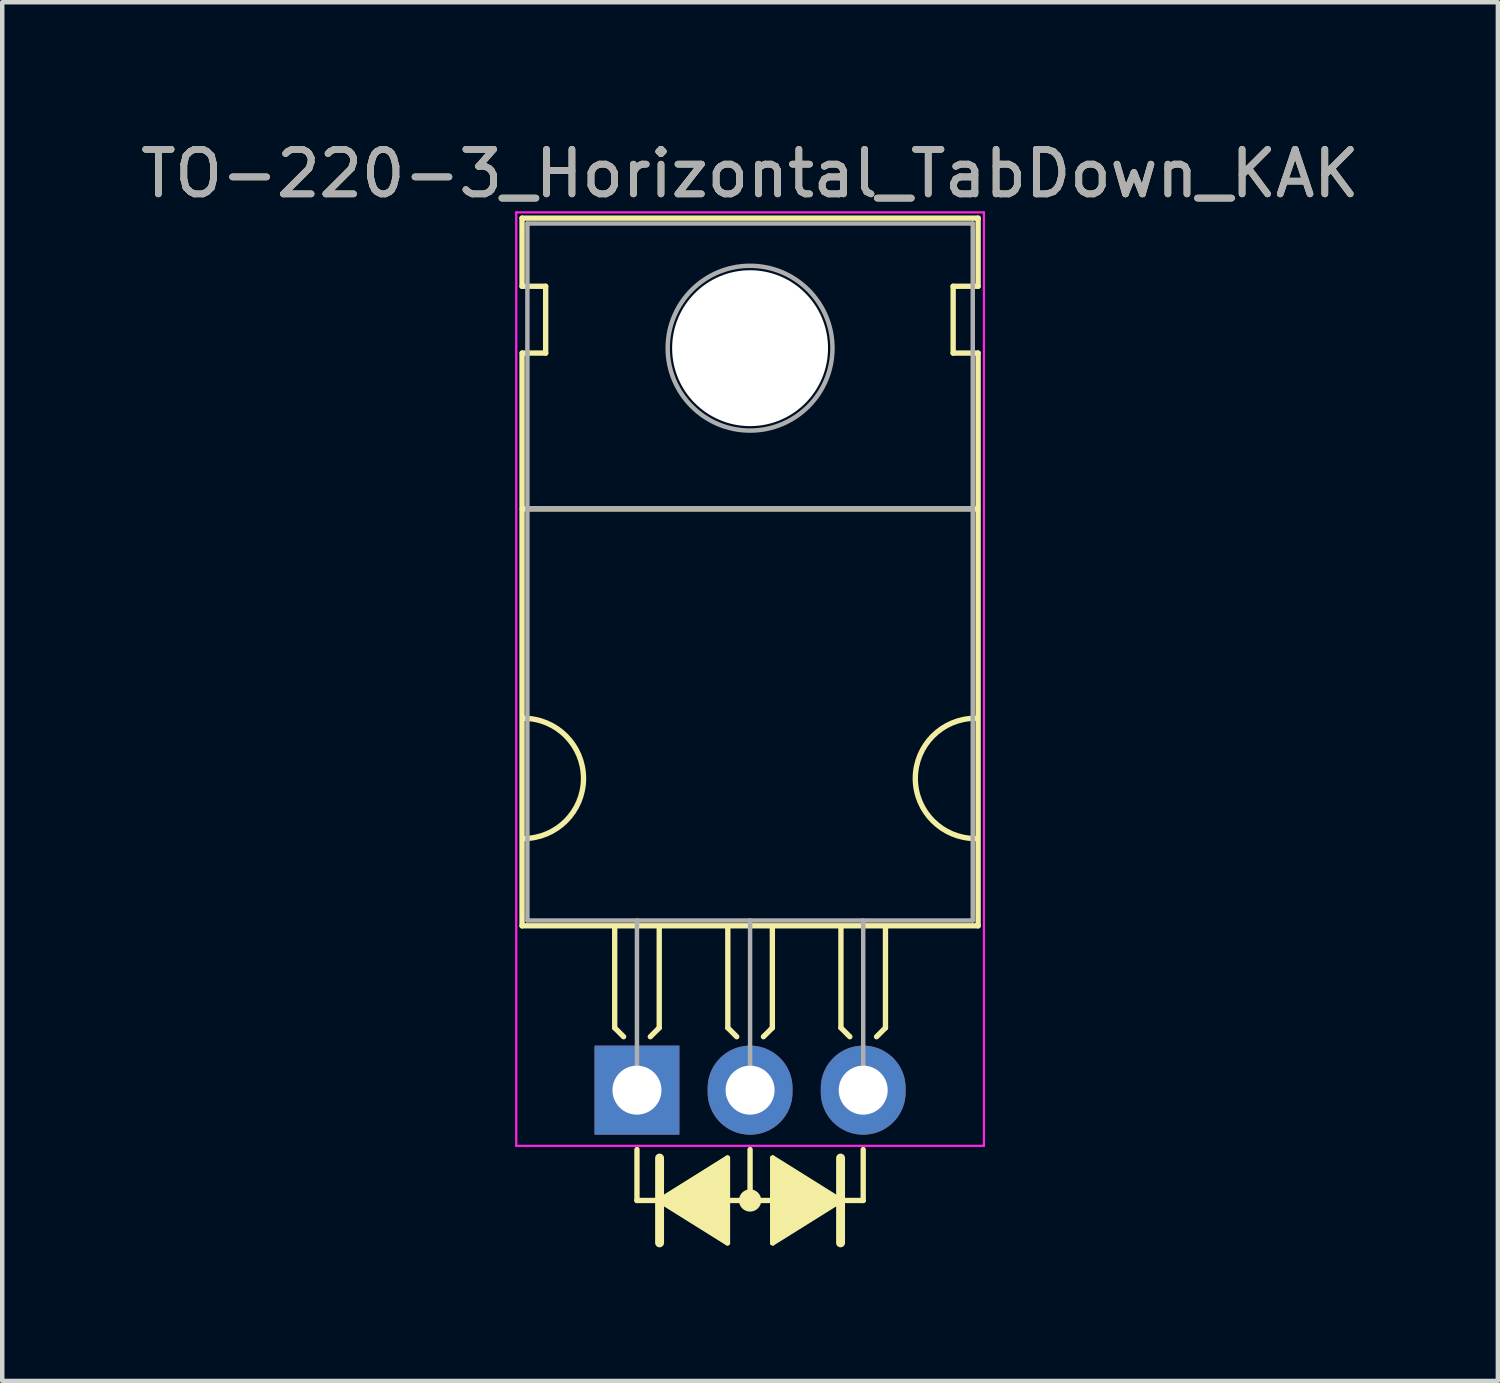
<source format=kicad_pcb>
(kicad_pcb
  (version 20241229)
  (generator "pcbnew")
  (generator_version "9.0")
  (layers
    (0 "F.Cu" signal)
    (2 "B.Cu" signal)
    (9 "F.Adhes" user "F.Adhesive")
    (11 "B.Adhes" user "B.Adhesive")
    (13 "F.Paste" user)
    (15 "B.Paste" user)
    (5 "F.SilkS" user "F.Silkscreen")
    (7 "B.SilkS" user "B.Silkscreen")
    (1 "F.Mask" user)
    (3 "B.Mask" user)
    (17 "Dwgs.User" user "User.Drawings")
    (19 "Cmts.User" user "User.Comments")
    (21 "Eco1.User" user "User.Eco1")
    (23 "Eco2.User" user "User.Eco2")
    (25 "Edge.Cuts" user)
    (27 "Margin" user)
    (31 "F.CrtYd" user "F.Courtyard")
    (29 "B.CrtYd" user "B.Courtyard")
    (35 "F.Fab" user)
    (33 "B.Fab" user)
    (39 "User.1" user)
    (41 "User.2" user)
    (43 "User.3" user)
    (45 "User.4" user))
  (footprint "TO-220-3_Horizontal_TabDown_KAK"
    (layer "F.Cu")
    (at 11.252 21.428)
    (property "Reference" "TO-220-3_Horizontal_TabDown_KAK" (at 2.54 -20.58 0) (layer "F.SilkS") (effects (font (size 1 1) (thickness 0.15))))
    (attr through_hole)
    (fp_line (start -2.58 -19.58) (end -2.58 -18.05) (stroke (width 0.12) (type solid)) (layer "F.SilkS"))
    (fp_line (start -2.58 -19.58) (end 7.66 -19.58) (stroke (width 0.12) (type solid)) (layer "F.SilkS"))
    (fp_line (start -2.58 -18.05) (end -2.05 -18.05) (stroke (width 0.12) (type solid)) (layer "F.SilkS"))
    (fp_line (start -2.58 -16.55) (end -2.58 -3.69) (stroke (width 0.12) (type solid)) (layer "F.SilkS"))
    (fp_line (start -2.58 -3.69) (end 7.66 -3.69) (stroke (width 0.12) (type solid)) (layer "F.SilkS"))
    (fp_line (start -2.575 -13.05) (end 7.65 -13.05) (stroke (width 0.12) (type solid)) (layer "F.SilkS"))
    (fp_line (start -2.05 -18.05) (end -2.05 -16.55) (stroke (width 0.12) (type solid)) (layer "F.SilkS"))
    (fp_line (start -2.05 -16.55) (end -2.575 -16.55) (stroke (width 0.12) (type solid)) (layer "F.SilkS"))
    (fp_line (start -0.5 -3.65) (end -0.5 -1.4) (stroke (width 0.12) (type solid)) (layer "F.SilkS"))
    (fp_line (start -0.5 -1.4) (end -0.3 -1.2) (stroke (width 0.12) (type solid)) (layer "F.SilkS"))
    (fp_line (start 0 1.333) (end 0 2.477) (stroke (width 0.12) (type solid)) (layer "F.SilkS"))
    (fp_line (start 0 2.477) (end 0.508 2.477) (stroke (width 0.12) (type solid)) (layer "F.SilkS"))
    (fp_line (start 0.5 -3.65) (end 0.5 -1.4) (stroke (width 0.12) (type solid)) (layer "F.SilkS"))
    (fp_line (start 0.5 -1.4) (end 0.3 -1.2) (stroke (width 0.12) (type solid)) (layer "F.SilkS"))
    (fp_line (start 0.508 1.524) (end 0.508 3.429) (stroke (width 0.2) (type solid)) (layer "F.SilkS"))
    (fp_line (start 0.508 2.477) (end 2.032 1.524) (stroke (width 0.12) (type solid)) (layer "F.SilkS"))
    (fp_line (start 0.508 2.477) (end 2.032 3.429) (stroke (width 0.12) (type solid)) (layer "F.SilkS"))
    (fp_line (start 2.032 1.714) (end 2.032 1.524) (stroke (width 0.12) (type solid)) (layer "F.SilkS"))
    (fp_line (start 2.032 3.429) (end 2.032 1.714) (stroke (width 0.12) (type solid)) (layer "F.SilkS"))
    (fp_line (start 2.04 -3.65) (end 2.04 -1.4) (stroke (width 0.12) (type solid)) (layer "F.SilkS"))
    (fp_line (start 2.04 -1.4) (end 2.24 -1.2) (stroke (width 0.12) (type solid)) (layer "F.SilkS"))
    (fp_line (start 2.54 1.333) (end 2.54 2.477) (stroke (width 0.12) (type solid)) (layer "F.SilkS"))
    (fp_line (start 2.54 2.477) (end 2.032 2.477) (stroke (width 0.12) (type solid)) (layer "F.SilkS"))
    (fp_line (start 2.54 2.477) (end 3.048 2.477) (stroke (width 0.12) (type solid)) (layer "F.SilkS"))
    (fp_line (start 3.04 -3.65) (end 3.04 -1.4) (stroke (width 0.12) (type solid)) (layer "F.SilkS"))
    (fp_line (start 3.04 -1.4) (end 2.84 -1.2) (stroke (width 0.12) (type solid)) (layer "F.SilkS"))
    (fp_line (start 3.048 1.524) (end 3.048 3.429) (stroke (width 0.12) (type solid)) (layer "F.SilkS"))
    (fp_line (start 3.048 3.429) (end 4.572 2.477) (stroke (width 0.12) (type solid)) (layer "F.SilkS"))
    (fp_line (start 4.572 2.477) (end 3.048 1.524) (stroke (width 0.12) (type solid)) (layer "F.SilkS"))
    (fp_line (start 4.572 3.429) (end 4.572 1.524) (stroke (width 0.2) (type solid)) (layer "F.SilkS"))
    (fp_line (start 4.58 -3.65) (end 4.58 -1.4) (stroke (width 0.12) (type solid)) (layer "F.SilkS"))
    (fp_line (start 4.58 -1.4) (end 4.78 -1.2) (stroke (width 0.12) (type solid)) (layer "F.SilkS"))
    (fp_line (start 5.08 1.333) (end 5.08 2.477) (stroke (width 0.12) (type solid)) (layer "F.SilkS"))
    (fp_line (start 5.08 2.477) (end 4.572 2.477) (stroke (width 0.12) (type solid)) (layer "F.SilkS"))
    (fp_line (start 5.58 -3.65) (end 5.58 -1.4) (stroke (width 0.12) (type solid)) (layer "F.SilkS"))
    (fp_line (start 5.58 -1.4) (end 5.38 -1.2) (stroke (width 0.12) (type solid)) (layer "F.SilkS"))
    (fp_line (start 7.1 -18.05) (end 7.66 -18.05) (stroke (width 0.12) (type solid)) (layer "F.SilkS"))
    (fp_line (start 7.1 -16.55) (end 7.1 -18.05) (stroke (width 0.12) (type solid)) (layer "F.SilkS"))
    (fp_line (start 7.66 -19.58) (end 7.66 -18.05) (stroke (width 0.12) (type solid)) (layer "F.SilkS"))
    (fp_line (start 7.66 -16.55) (end 7.1 -16.55) (stroke (width 0.12) (type solid)) (layer "F.SilkS"))
    (fp_line (start 7.66 -16.55) (end 7.66 -3.69) (stroke (width 0.12) (type solid)) (layer "F.SilkS"))
    (fp_arc (start -2.55 -8.35) (mid -1.2 -7) (end -2.55 -5.65) (stroke (width 0.12) (type solid)) (layer "F.SilkS"))
    (fp_arc (start 7.6 -5.65) (mid 6.25 -7) (end 7.6 -8.35) (stroke (width 0.12) (type solid)) (layer "F.SilkS"))
    (fp_circle (center 2.54 2.477) (end 2.54 2.54) (stroke (width 0.12) (type solid)) (fill no) (layer "F.SilkS"))
    (fp_circle (center 2.54 2.477) (end 2.54 2.603) (stroke (width 0.12) (type solid)) (fill no) (layer "F.SilkS"))
    (fp_circle (center 2.54 2.477) (end 2.54 2.667) (stroke (width 0.12) (type solid)) (fill no) (layer "F.SilkS"))
    (fp_poly (pts (xy 0.508 2.477) (xy 2.032 1.524) (xy 2.032 3.429)) (stroke (width 0.1) (type solid)) (fill yes) (layer "F.SilkS"))
    (fp_poly (pts (xy 3.048 1.524) (xy 4.572 2.477) (xy 3.048 3.429)) (stroke (width 0.1) (type solid)) (fill yes) (layer "F.SilkS"))
    (fp_line (start -2.71 -19.71) (end -2.71 1.25) (stroke (width 0.05) (type solid)) (layer "F.CrtYd"))
    (fp_line (start -2.71 1.25) (end 7.79 1.25) (stroke (width 0.05) (type solid)) (layer "F.CrtYd"))
    (fp_line (start 7.79 -19.71) (end -2.71 -19.71) (stroke (width 0.05) (type solid)) (layer "F.CrtYd"))
    (fp_line (start 7.79 1.25) (end 7.79 -19.71) (stroke (width 0.05) (type solid)) (layer "F.CrtYd"))
    (fp_line (start -2.46 -19.46) (end 7.54 -19.46) (stroke (width 0.1) (type solid)) (layer "F.Fab"))
    (fp_line (start -2.46 -13.06) (end -2.46 -19.46) (stroke (width 0.1) (type solid)) (layer "F.Fab"))
    (fp_line (start -2.46 -13.06) (end 7.54 -13.06) (stroke (width 0.1) (type solid)) (layer "F.Fab"))
    (fp_line (start -2.46 -3.81) (end -2.46 -13.06) (stroke (width 0.1) (type solid)) (layer "F.Fab"))
    (fp_line (start 0 -3.81) (end 0 0) (stroke (width 0.1) (type solid)) (layer "F.Fab"))
    (fp_line (start 2.54 -3.81) (end 2.54 0) (stroke (width 0.1) (type solid)) (layer "F.Fab"))
    (fp_line (start 5.08 -3.81) (end 5.08 0) (stroke (width 0.1) (type solid)) (layer "F.Fab"))
    (fp_line (start 7.54 -19.46) (end 7.54 -13.06) (stroke (width 0.1) (type solid)) (layer "F.Fab"))
    (fp_line (start 7.54 -13.06) (end -2.46 -13.06) (stroke (width 0.1) (type solid)) (layer "F.Fab"))
    (fp_line (start 7.54 -13.06) (end 7.54 -3.81) (stroke (width 0.1) (type solid)) (layer "F.Fab"))
    (fp_line (start 7.54 -3.81) (end -2.46 -3.81) (stroke (width 0.1) (type solid)) (layer "F.Fab"))
    (fp_circle (center 2.54 -16.66) (end 4.39 -16.66) (stroke (width 0.1) (type solid)) (fill no) (layer "F.Fab"))
    (fp_text user "${REFERENCE}" (at 2.54 -20.58 0) (layer "F.Fab") (effects (font (size 1 1) (thickness 0.15))))
    (pad "" np_thru_hole oval (at 2.54 -16.66) (size 3.5 3.5) (drill 3.5) (layers "*.Cu" "*.Mask"))
    (pad "1" thru_hole rect (at 0 0) (size 1.905 2) (drill 1.1) (layers "*.Cu" "*.Mask"))
    (pad "2" thru_hole oval (at 2.54 0) (size 1.905 2) (drill 1.1) (layers "*.Cu" "*.Mask"))
    (pad "3" thru_hole oval (at 5.08 0) (size 1.905 2) (drill 1.1) (layers "*.Cu" "*.Mask")))
  (gr_rect
    (start -3 -3)
    (end 30.583 27.957)
    (stroke (width 0.1) (type default))
    (fill no)
    (layer "Edge.Cuts")))
</source>
